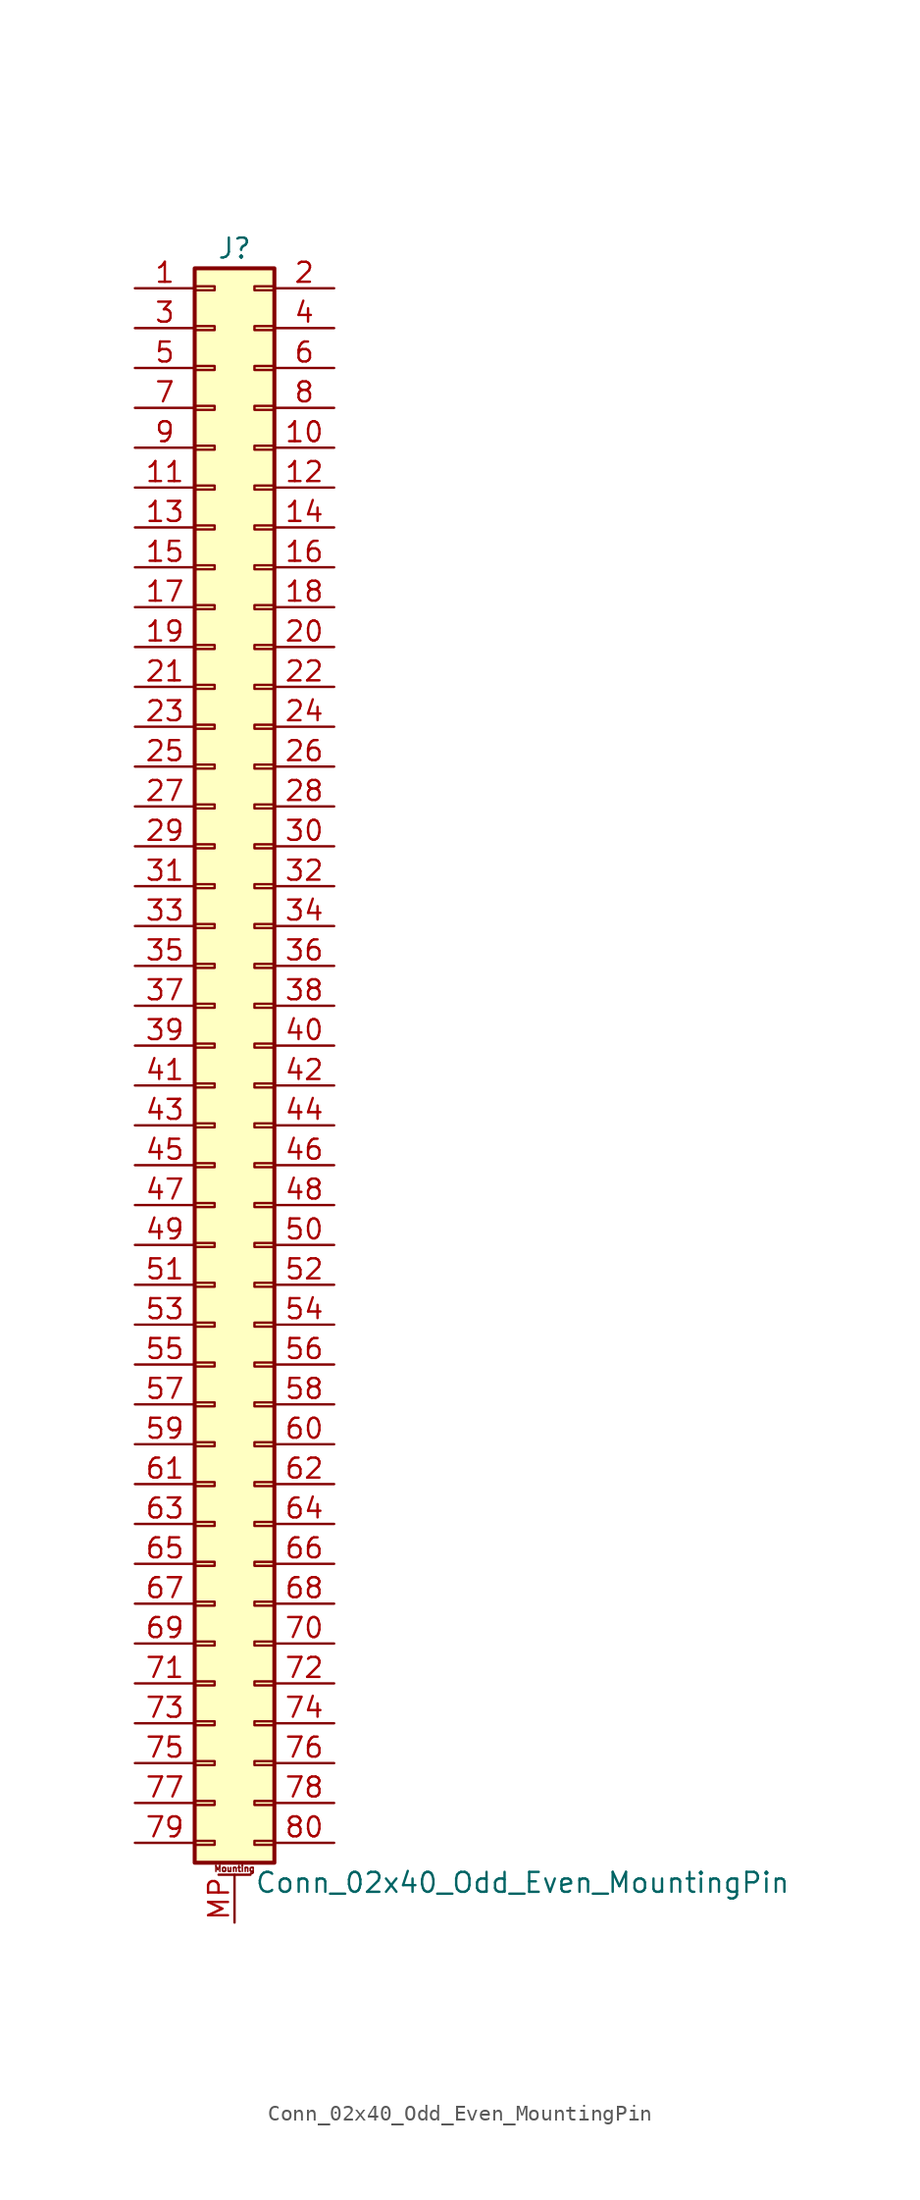
<source format=kicad_sym>
(kicad_symbol_lib
  (version 20220914)
  (generator kicad_symbol_editor)
  (symbol "Conn_02x40_Odd_Even_MountingPin"
    (pin_names
      (offset 1.016) hide)
    (property "Reference" "J"
      (at 1.27 50.8 0)
      (effects (font (size 1.27 1.27))))
    (property "Value" "Conn_02x40_Odd_Even_MountingPin"
      (at 2.54 -53.34 0)
      (effects (font (size 1.27 1.27)) (justify left)))
    (symbol "Conn_02x40_Odd_Even_MountingPin_1_1"
      (rectangle (start -1.27 -50.673) (end 0 -50.927) (stroke (width 0.152) (type default)) (fill (type none)))
      (rectangle (start -1.27 -48.133) (end 0 -48.387) (stroke (width 0.152) (type default)) (fill (type none)))
      (rectangle (start -1.27 -45.593) (end 0 -45.847) (stroke (width 0.152) (type default)) (fill (type none)))
      (rectangle (start -1.27 -43.053) (end 0 -43.307) (stroke (width 0.152) (type default)) (fill (type none)))
      (rectangle (start -1.27 -40.513) (end 0 -40.767) (stroke (width 0.152) (type default)) (fill (type none)))
      (rectangle (start -1.27 -37.973) (end 0 -38.227) (stroke (width 0.152) (type default)) (fill (type none)))
      (rectangle (start -1.27 -35.433) (end 0 -35.687) (stroke (width 0.152) (type default)) (fill (type none)))
      (rectangle (start -1.27 -32.893) (end 0 -33.147) (stroke (width 0.152) (type default)) (fill (type none)))
      (rectangle (start -1.27 -30.353) (end 0 -30.607) (stroke (width 0.152) (type default)) (fill (type none)))
      (rectangle (start -1.27 -27.813) (end 0 -28.067) (stroke (width 0.152) (type default)) (fill (type none)))
      (rectangle (start -1.27 -25.273) (end 0 -25.527) (stroke (width 0.152) (type default)) (fill (type none)))
      (rectangle (start -1.27 -22.733) (end 0 -22.987) (stroke (width 0.152) (type default)) (fill (type none)))
      (rectangle (start -1.27 -20.193) (end 0 -20.447) (stroke (width 0.152) (type default)) (fill (type none)))
      (rectangle (start -1.27 -17.653) (end 0 -17.907) (stroke (width 0.152) (type default)) (fill (type none)))
      (rectangle (start -1.27 -15.113) (end 0 -15.367) (stroke (width 0.152) (type default)) (fill (type none)))
      (rectangle (start -1.27 -12.573) (end 0 -12.827) (stroke (width 0.152) (type default)) (fill (type none)))
      (rectangle (start -1.27 -10.033) (end 0 -10.287) (stroke (width 0.152) (type default)) (fill (type none)))
      (rectangle (start -1.27 -7.493) (end 0 -7.747) (stroke (width 0.152) (type default)) (fill (type none)))
      (rectangle (start -1.27 -4.953) (end 0 -5.207) (stroke (width 0.152) (type default)) (fill (type none)))
      (rectangle (start -1.27 -2.413) (end 0 -2.667) (stroke (width 0.152) (type default)) (fill (type none)))
      (rectangle (start -1.27 0.127) (end 0 -0.127) (stroke (width 0.152) (type default)) (fill (type none)))
      (rectangle (start -1.27 2.667) (end 0 2.413) (stroke (width 0.152) (type default)) (fill (type none)))
      (rectangle (start -1.27 5.207) (end 0 4.953) (stroke (width 0.152) (type default)) (fill (type none)))
      (rectangle (start -1.27 7.747) (end 0 7.493) (stroke (width 0.152) (type default)) (fill (type none)))
      (rectangle (start -1.27 10.287) (end 0 10.033) (stroke (width 0.152) (type default)) (fill (type none)))
      (rectangle (start -1.27 12.827) (end 0 12.573) (stroke (width 0.152) (type default)) (fill (type none)))
      (rectangle (start -1.27 15.367) (end 0 15.113) (stroke (width 0.152) (type default)) (fill (type none)))
      (rectangle (start -1.27 17.907) (end 0 17.653) (stroke (width 0.152) (type default)) (fill (type none)))
      (rectangle (start -1.27 20.447) (end 0 20.193) (stroke (width 0.152) (type default)) (fill (type none)))
      (rectangle (start -1.27 22.987) (end 0 22.733) (stroke (width 0.152) (type default)) (fill (type none)))
      (rectangle (start -1.27 25.527) (end 0 25.273) (stroke (width 0.152) (type default)) (fill (type none)))
      (rectangle (start -1.27 28.067) (end 0 27.813) (stroke (width 0.152) (type default)) (fill (type none)))
      (rectangle (start -1.27 30.607) (end 0 30.353) (stroke (width 0.152) (type default)) (fill (type none)))
      (rectangle (start -1.27 33.147) (end 0 32.893) (stroke (width 0.152) (type default)) (fill (type none)))
      (rectangle (start -1.27 35.687) (end 0 35.433) (stroke (width 0.152) (type default)) (fill (type none)))
      (rectangle (start -1.27 38.227) (end 0 37.973) (stroke (width 0.152) (type default)) (fill (type none)))
      (rectangle (start -1.27 40.767) (end 0 40.513) (stroke (width 0.152) (type default)) (fill (type none)))
      (rectangle (start -1.27 43.307) (end 0 43.053) (stroke (width 0.152) (type default)) (fill (type none)))
      (rectangle (start -1.27 45.847) (end 0 45.593) (stroke (width 0.152) (type default)) (fill (type none)))
      (rectangle (start -1.27 48.387) (end 0 48.133) (stroke (width 0.152) (type default)) (fill (type none)))
      (rectangle (start -1.27 49.53) (end 3.81 -52.07) (stroke (width 0.254) (type default)) (fill (type background)))
      (polyline (pts (xy 0.254 -52.832) (xy 2.286 -52.832)) (stroke (width 0.152) (type default)) (fill (type none)))
      (rectangle (start 3.81 -50.673) (end 2.54 -50.927) (stroke (width 0.152) (type default)) (fill (type none)))
      (rectangle (start 3.81 -48.133) (end 2.54 -48.387) (stroke (width 0.152) (type default)) (fill (type none)))
      (rectangle (start 3.81 -45.593) (end 2.54 -45.847) (stroke (width 0.152) (type default)) (fill (type none)))
      (rectangle (start 3.81 -43.053) (end 2.54 -43.307) (stroke (width 0.152) (type default)) (fill (type none)))
      (rectangle (start 3.81 -40.513) (end 2.54 -40.767) (stroke (width 0.152) (type default)) (fill (type none)))
      (rectangle (start 3.81 -37.973) (end 2.54 -38.227) (stroke (width 0.152) (type default)) (fill (type none)))
      (rectangle (start 3.81 -35.433) (end 2.54 -35.687) (stroke (width 0.152) (type default)) (fill (type none)))
      (rectangle (start 3.81 -32.893) (end 2.54 -33.147) (stroke (width 0.152) (type default)) (fill (type none)))
      (rectangle (start 3.81 -30.353) (end 2.54 -30.607) (stroke (width 0.152) (type default)) (fill (type none)))
      (rectangle (start 3.81 -27.813) (end 2.54 -28.067) (stroke (width 0.152) (type default)) (fill (type none)))
      (rectangle (start 3.81 -25.273) (end 2.54 -25.527) (stroke (width 0.152) (type default)) (fill (type none)))
      (rectangle (start 3.81 -22.733) (end 2.54 -22.987) (stroke (width 0.152) (type default)) (fill (type none)))
      (rectangle (start 3.81 -20.193) (end 2.54 -20.447) (stroke (width 0.152) (type default)) (fill (type none)))
      (rectangle (start 3.81 -17.653) (end 2.54 -17.907) (stroke (width 0.152) (type default)) (fill (type none)))
      (rectangle (start 3.81 -15.113) (end 2.54 -15.367) (stroke (width 0.152) (type default)) (fill (type none)))
      (rectangle (start 3.81 -12.573) (end 2.54 -12.827) (stroke (width 0.152) (type default)) (fill (type none)))
      (rectangle (start 3.81 -10.033) (end 2.54 -10.287) (stroke (width 0.152) (type default)) (fill (type none)))
      (rectangle (start 3.81 -7.493) (end 2.54 -7.747) (stroke (width 0.152) (type default)) (fill (type none)))
      (rectangle (start 3.81 -4.953) (end 2.54 -5.207) (stroke (width 0.152) (type default)) (fill (type none)))
      (rectangle (start 3.81 -2.413) (end 2.54 -2.667) (stroke (width 0.152) (type default)) (fill (type none)))
      (rectangle (start 3.81 0.127) (end 2.54 -0.127) (stroke (width 0.152) (type default)) (fill (type none)))
      (rectangle (start 3.81 2.667) (end 2.54 2.413) (stroke (width 0.152) (type default)) (fill (type none)))
      (rectangle (start 3.81 5.207) (end 2.54 4.953) (stroke (width 0.152) (type default)) (fill (type none)))
      (rectangle (start 3.81 7.747) (end 2.54 7.493) (stroke (width 0.152) (type default)) (fill (type none)))
      (rectangle (start 3.81 10.287) (end 2.54 10.033) (stroke (width 0.152) (type default)) (fill (type none)))
      (rectangle (start 3.81 12.827) (end 2.54 12.573) (stroke (width 0.152) (type default)) (fill (type none)))
      (rectangle (start 3.81 15.367) (end 2.54 15.113) (stroke (width 0.152) (type default)) (fill (type none)))
      (rectangle (start 3.81 17.907) (end 2.54 17.653) (stroke (width 0.152) (type default)) (fill (type none)))
      (rectangle (start 3.81 20.447) (end 2.54 20.193) (stroke (width 0.152) (type default)) (fill (type none)))
      (rectangle (start 3.81 22.987) (end 2.54 22.733) (stroke (width 0.152) (type default)) (fill (type none)))
      (rectangle (start 3.81 25.527) (end 2.54 25.273) (stroke (width 0.152) (type default)) (fill (type none)))
      (rectangle (start 3.81 28.067) (end 2.54 27.813) (stroke (width 0.152) (type default)) (fill (type none)))
      (rectangle (start 3.81 30.607) (end 2.54 30.353) (stroke (width 0.152) (type default)) (fill (type none)))
      (rectangle (start 3.81 33.147) (end 2.54 32.893) (stroke (width 0.152) (type default)) (fill (type none)))
      (rectangle (start 3.81 35.687) (end 2.54 35.433) (stroke (width 0.152) (type default)) (fill (type none)))
      (rectangle (start 3.81 38.227) (end 2.54 37.973) (stroke (width 0.152) (type default)) (fill (type none)))
      (rectangle (start 3.81 40.767) (end 2.54 40.513) (stroke (width 0.152) (type default)) (fill (type none)))
      (rectangle (start 3.81 43.307) (end 2.54 43.053) (stroke (width 0.152) (type default)) (fill (type none)))
      (rectangle (start 3.81 45.847) (end 2.54 45.593) (stroke (width 0.152) (type default)) (fill (type none)))
      (rectangle (start 3.81 48.387) (end 2.54 48.133) (stroke (width 0.152) (type default)) (fill (type none)))
      (text "Mounting" (at 1.27 -52.451 0) (effects (font (size 0.381 0.381))))
      (pin passive line (at -5.08 48.26 0) (length 3.81) (name "Pin_1" (effects (font (size 1.27 1.27)))) (number "1" (effects (font (size 1.27 1.27)))))
      (pin passive line (at 7.62 38.1 180) (length 3.81) (name "Pin_10" (effects (font (size 1.27 1.27)))) (number "10" (effects (font (size 1.27 1.27)))))
      (pin passive line (at -5.08 35.56 0) (length 3.81) (name "Pin_11" (effects (font (size 1.27 1.27)))) (number "11" (effects (font (size 1.27 1.27)))))
      (pin passive line (at 7.62 35.56 180) (length 3.81) (name "Pin_12" (effects (font (size 1.27 1.27)))) (number "12" (effects (font (size 1.27 1.27)))))
      (pin passive line (at -5.08 33.02 0) (length 3.81) (name "Pin_13" (effects (font (size 1.27 1.27)))) (number "13" (effects (font (size 1.27 1.27)))))
      (pin passive line (at 7.62 33.02 180) (length 3.81) (name "Pin_14" (effects (font (size 1.27 1.27)))) (number "14" (effects (font (size 1.27 1.27)))))
      (pin passive line (at -5.08 30.48 0) (length 3.81) (name "Pin_15" (effects (font (size 1.27 1.27)))) (number "15" (effects (font (size 1.27 1.27)))))
      (pin passive line (at 7.62 30.48 180) (length 3.81) (name "Pin_16" (effects (font (size 1.27 1.27)))) (number "16" (effects (font (size 1.27 1.27)))))
      (pin passive line (at -5.08 27.94 0) (length 3.81) (name "Pin_17" (effects (font (size 1.27 1.27)))) (number "17" (effects (font (size 1.27 1.27)))))
      (pin passive line (at 7.62 27.94 180) (length 3.81) (name "Pin_18" (effects (font (size 1.27 1.27)))) (number "18" (effects (font (size 1.27 1.27)))))
      (pin passive line (at -5.08 25.4 0) (length 3.81) (name "Pin_19" (effects (font (size 1.27 1.27)))) (number "19" (effects (font (size 1.27 1.27)))))
      (pin passive line (at 7.62 48.26 180) (length 3.81) (name "Pin_2" (effects (font (size 1.27 1.27)))) (number "2" (effects (font (size 1.27 1.27)))))
      (pin passive line (at 7.62 25.4 180) (length 3.81) (name "Pin_20" (effects (font (size 1.27 1.27)))) (number "20" (effects (font (size 1.27 1.27)))))
      (pin passive line (at -5.08 22.86 0) (length 3.81) (name "Pin_21" (effects (font (size 1.27 1.27)))) (number "21" (effects (font (size 1.27 1.27)))))
      (pin passive line (at 7.62 22.86 180) (length 3.81) (name "Pin_22" (effects (font (size 1.27 1.27)))) (number "22" (effects (font (size 1.27 1.27)))))
      (pin passive line (at -5.08 20.32 0) (length 3.81) (name "Pin_23" (effects (font (size 1.27 1.27)))) (number "23" (effects (font (size 1.27 1.27)))))
      (pin passive line (at 7.62 20.32 180) (length 3.81) (name "Pin_24" (effects (font (size 1.27 1.27)))) (number "24" (effects (font (size 1.27 1.27)))))
      (pin passive line (at -5.08 17.78 0) (length 3.81) (name "Pin_25" (effects (font (size 1.27 1.27)))) (number "25" (effects (font (size 1.27 1.27)))))
      (pin passive line (at 7.62 17.78 180) (length 3.81) (name "Pin_26" (effects (font (size 1.27 1.27)))) (number "26" (effects (font (size 1.27 1.27)))))
      (pin passive line (at -5.08 15.24 0) (length 3.81) (name "Pin_27" (effects (font (size 1.27 1.27)))) (number "27" (effects (font (size 1.27 1.27)))))
      (pin passive line (at 7.62 15.24 180) (length 3.81) (name "Pin_28" (effects (font (size 1.27 1.27)))) (number "28" (effects (font (size 1.27 1.27)))))
      (pin passive line (at -5.08 12.7 0) (length 3.81) (name "Pin_29" (effects (font (size 1.27 1.27)))) (number "29" (effects (font (size 1.27 1.27)))))
      (pin passive line (at -5.08 45.72 0) (length 3.81) (name "Pin_3" (effects (font (size 1.27 1.27)))) (number "3" (effects (font (size 1.27 1.27)))))
      (pin passive line (at 7.62 12.7 180) (length 3.81) (name "Pin_30" (effects (font (size 1.27 1.27)))) (number "30" (effects (font (size 1.27 1.27)))))
      (pin passive line (at -5.08 10.16 0) (length 3.81) (name "Pin_31" (effects (font (size 1.27 1.27)))) (number "31" (effects (font (size 1.27 1.27)))))
      (pin passive line (at 7.62 10.16 180) (length 3.81) (name "Pin_32" (effects (font (size 1.27 1.27)))) (number "32" (effects (font (size 1.27 1.27)))))
      (pin passive line (at -5.08 7.62 0) (length 3.81) (name "Pin_33" (effects (font (size 1.27 1.27)))) (number "33" (effects (font (size 1.27 1.27)))))
      (pin passive line (at 7.62 7.62 180) (length 3.81) (name "Pin_34" (effects (font (size 1.27 1.27)))) (number "34" (effects (font (size 1.27 1.27)))))
      (pin passive line (at -5.08 5.08 0) (length 3.81) (name "Pin_35" (effects (font (size 1.27 1.27)))) (number "35" (effects (font (size 1.27 1.27)))))
      (pin passive line (at 7.62 5.08 180) (length 3.81) (name "Pin_36" (effects (font (size 1.27 1.27)))) (number "36" (effects (font (size 1.27 1.27)))))
      (pin passive line (at -5.08 2.54 0) (length 3.81) (name "Pin_37" (effects (font (size 1.27 1.27)))) (number "37" (effects (font (size 1.27 1.27)))))
      (pin passive line (at 7.62 2.54 180) (length 3.81) (name "Pin_38" (effects (font (size 1.27 1.27)))) (number "38" (effects (font (size 1.27 1.27)))))
      (pin passive line (at -5.08 0 0) (length 3.81) (name "Pin_39" (effects (font (size 1.27 1.27)))) (number "39" (effects (font (size 1.27 1.27)))))
      (pin passive line (at 7.62 45.72 180) (length 3.81) (name "Pin_4" (effects (font (size 1.27 1.27)))) (number "4" (effects (font (size 1.27 1.27)))))
      (pin passive line (at 7.62 0 180) (length 3.81) (name "Pin_40" (effects (font (size 1.27 1.27)))) (number "40" (effects (font (size 1.27 1.27)))))
      (pin passive line (at -5.08 -2.54 0) (length 3.81) (name "Pin_41" (effects (font (size 1.27 1.27)))) (number "41" (effects (font (size 1.27 1.27)))))
      (pin passive line (at 7.62 -2.54 180) (length 3.81) (name "Pin_42" (effects (font (size 1.27 1.27)))) (number "42" (effects (font (size 1.27 1.27)))))
      (pin passive line (at -5.08 -5.08 0) (length 3.81) (name "Pin_43" (effects (font (size 1.27 1.27)))) (number "43" (effects (font (size 1.27 1.27)))))
      (pin passive line (at 7.62 -5.08 180) (length 3.81) (name "Pin_44" (effects (font (size 1.27 1.27)))) (number "44" (effects (font (size 1.27 1.27)))))
      (pin passive line (at -5.08 -7.62 0) (length 3.81) (name "Pin_45" (effects (font (size 1.27 1.27)))) (number "45" (effects (font (size 1.27 1.27)))))
      (pin passive line (at 7.62 -7.62 180) (length 3.81) (name "Pin_46" (effects (font (size 1.27 1.27)))) (number "46" (effects (font (size 1.27 1.27)))))
      (pin passive line (at -5.08 -10.16 0) (length 3.81) (name "Pin_47" (effects (font (size 1.27 1.27)))) (number "47" (effects (font (size 1.27 1.27)))))
      (pin passive line (at 7.62 -10.16 180) (length 3.81) (name "Pin_48" (effects (font (size 1.27 1.27)))) (number "48" (effects (font (size 1.27 1.27)))))
      (pin passive line (at -5.08 -12.7 0) (length 3.81) (name "Pin_49" (effects (font (size 1.27 1.27)))) (number "49" (effects (font (size 1.27 1.27)))))
      (pin passive line (at -5.08 43.18 0) (length 3.81) (name "Pin_5" (effects (font (size 1.27 1.27)))) (number "5" (effects (font (size 1.27 1.27)))))
      (pin passive line (at 7.62 -12.7 180) (length 3.81) (name "Pin_50" (effects (font (size 1.27 1.27)))) (number "50" (effects (font (size 1.27 1.27)))))
      (pin passive line (at -5.08 -15.24 0) (length 3.81) (name "Pin_51" (effects (font (size 1.27 1.27)))) (number "51" (effects (font (size 1.27 1.27)))))
      (pin passive line (at 7.62 -15.24 180) (length 3.81) (name "Pin_52" (effects (font (size 1.27 1.27)))) (number "52" (effects (font (size 1.27 1.27)))))
      (pin passive line (at -5.08 -17.78 0) (length 3.81) (name "Pin_53" (effects (font (size 1.27 1.27)))) (number "53" (effects (font (size 1.27 1.27)))))
      (pin passive line (at 7.62 -17.78 180) (length 3.81) (name "Pin_54" (effects (font (size 1.27 1.27)))) (number "54" (effects (font (size 1.27 1.27)))))
      (pin passive line (at -5.08 -20.32 0) (length 3.81) (name "Pin_55" (effects (font (size 1.27 1.27)))) (number "55" (effects (font (size 1.27 1.27)))))
      (pin passive line (at 7.62 -20.32 180) (length 3.81) (name "Pin_56" (effects (font (size 1.27 1.27)))) (number "56" (effects (font (size 1.27 1.27)))))
      (pin passive line (at -5.08 -22.86 0) (length 3.81) (name "Pin_57" (effects (font (size 1.27 1.27)))) (number "57" (effects (font (size 1.27 1.27)))))
      (pin passive line (at 7.62 -22.86 180) (length 3.81) (name "Pin_58" (effects (font (size 1.27 1.27)))) (number "58" (effects (font (size 1.27 1.27)))))
      (pin passive line (at -5.08 -25.4 0) (length 3.81) (name "Pin_59" (effects (font (size 1.27 1.27)))) (number "59" (effects (font (size 1.27 1.27)))))
      (pin passive line (at 7.62 43.18 180) (length 3.81) (name "Pin_6" (effects (font (size 1.27 1.27)))) (number "6" (effects (font (size 1.27 1.27)))))
      (pin passive line (at 7.62 -25.4 180) (length 3.81) (name "Pin_60" (effects (font (size 1.27 1.27)))) (number "60" (effects (font (size 1.27 1.27)))))
      (pin passive line (at -5.08 -27.94 0) (length 3.81) (name "Pin_61" (effects (font (size 1.27 1.27)))) (number "61" (effects (font (size 1.27 1.27)))))
      (pin passive line (at 7.62 -27.94 180) (length 3.81) (name "Pin_62" (effects (font (size 1.27 1.27)))) (number "62" (effects (font (size 1.27 1.27)))))
      (pin passive line (at -5.08 -30.48 0) (length 3.81) (name "Pin_63" (effects (font (size 1.27 1.27)))) (number "63" (effects (font (size 1.27 1.27)))))
      (pin passive line (at 7.62 -30.48 180) (length 3.81) (name "Pin_64" (effects (font (size 1.27 1.27)))) (number "64" (effects (font (size 1.27 1.27)))))
      (pin passive line (at -5.08 -33.02 0) (length 3.81) (name "Pin_65" (effects (font (size 1.27 1.27)))) (number "65" (effects (font (size 1.27 1.27)))))
      (pin passive line (at 7.62 -33.02 180) (length 3.81) (name "Pin_66" (effects (font (size 1.27 1.27)))) (number "66" (effects (font (size 1.27 1.27)))))
      (pin passive line (at -5.08 -35.56 0) (length 3.81) (name "Pin_67" (effects (font (size 1.27 1.27)))) (number "67" (effects (font (size 1.27 1.27)))))
      (pin passive line (at 7.62 -35.56 180) (length 3.81) (name "Pin_68" (effects (font (size 1.27 1.27)))) (number "68" (effects (font (size 1.27 1.27)))))
      (pin passive line (at -5.08 -38.1 0) (length 3.81) (name "Pin_69" (effects (font (size 1.27 1.27)))) (number "69" (effects (font (size 1.27 1.27)))))
      (pin passive line (at -5.08 40.64 0) (length 3.81) (name "Pin_7" (effects (font (size 1.27 1.27)))) (number "7" (effects (font (size 1.27 1.27)))))
      (pin passive line (at 7.62 -38.1 180) (length 3.81) (name "Pin_70" (effects (font (size 1.27 1.27)))) (number "70" (effects (font (size 1.27 1.27)))))
      (pin passive line (at -5.08 -40.64 0) (length 3.81) (name "Pin_71" (effects (font (size 1.27 1.27)))) (number "71" (effects (font (size 1.27 1.27)))))
      (pin passive line (at 7.62 -40.64 180) (length 3.81) (name "Pin_72" (effects (font (size 1.27 1.27)))) (number "72" (effects (font (size 1.27 1.27)))))
      (pin passive line (at -5.08 -43.18 0) (length 3.81) (name "Pin_73" (effects (font (size 1.27 1.27)))) (number "73" (effects (font (size 1.27 1.27)))))
      (pin passive line (at 7.62 -43.18 180) (length 3.81) (name "Pin_74" (effects (font (size 1.27 1.27)))) (number "74" (effects (font (size 1.27 1.27)))))
      (pin passive line (at -5.08 -45.72 0) (length 3.81) (name "Pin_75" (effects (font (size 1.27 1.27)))) (number "75" (effects (font (size 1.27 1.27)))))
      (pin passive line (at 7.62 -45.72 180) (length 3.81) (name "Pin_76" (effects (font (size 1.27 1.27)))) (number "76" (effects (font (size 1.27 1.27)))))
      (pin passive line (at -5.08 -48.26 0) (length 3.81) (name "Pin_77" (effects (font (size 1.27 1.27)))) (number "77" (effects (font (size 1.27 1.27)))))
      (pin passive line (at 7.62 -48.26 180) (length 3.81) (name "Pin_78" (effects (font (size 1.27 1.27)))) (number "78" (effects (font (size 1.27 1.27)))))
      (pin passive line (at -5.08 -50.8 0) (length 3.81) (name "Pin_79" (effects (font (size 1.27 1.27)))) (number "79" (effects (font (size 1.27 1.27)))))
      (pin passive line (at 7.62 40.64 180) (length 3.81) (name "Pin_8" (effects (font (size 1.27 1.27)))) (number "8" (effects (font (size 1.27 1.27)))))
      (pin passive line (at 7.62 -50.8 180) (length 3.81) (name "Pin_80" (effects (font (size 1.27 1.27)))) (number "80" (effects (font (size 1.27 1.27)))))
      (pin passive line (at -5.08 38.1 0) (length 3.81) (name "Pin_9" (effects (font (size 1.27 1.27)))) (number "9" (effects (font (size 1.27 1.27)))))
      (pin passive line (at 1.27 -55.88 90) (length 3.048) (name "MountPin" (effects (font (size 1.27 1.27)))) (number "MP" (effects (font (size 1.27 1.27))))))))
</source>
